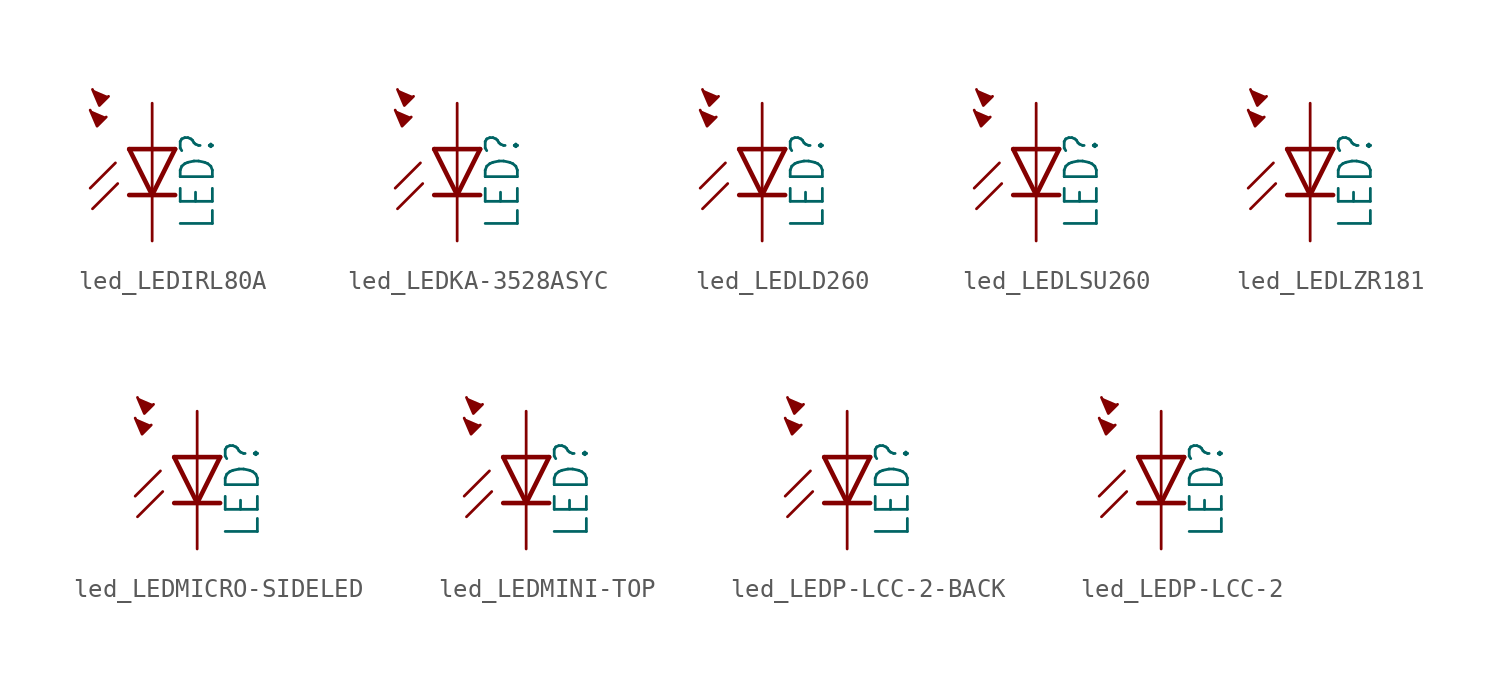
<source format=kicad_sym>
(kicad_symbol_lib
  (version 20241209)
  (generator "kicad_symbol_editor")
  (generator_version "9.0")
  (symbol "led_LEDIRL80A"
    (property "Reference" "LED"
      (at 3.556 -4.572 90)
      (effects (font (size 1.778 1.511)) (justify left bottom)))
    (property "Value" ""
      (at 5.715 -4.572 90)
      (effects (font (size 1.778 1.511)) (justify left bottom)))
    (property "ki_locked" ""
      (at 0 0 0)
      (effects (font (size 1.27 1.27))))
    (symbol "led_LEDIRL80A_1_0"
      (polyline (pts (xy -3.429 2.159) (xy -3.048 1.27) (xy -2.54 1.778)) (stroke (width 0.152) (type solid)) (fill (type outline)))
      (polyline (pts (xy -3.302 3.302) (xy -2.921 2.413) (xy -2.413 2.921)) (stroke (width 0.152) (type solid)) (fill (type outline)))
      (polyline (pts (xy -2.032 -0.762) (xy -3.429 -2.159)) (stroke (width 0.152) (type solid)) (fill (type none)))
      (polyline (pts (xy -1.905 -1.905) (xy -3.302 -3.302)) (stroke (width 0.152) (type solid)) (fill (type none)))
      (polyline (pts (xy 0 0) (xy -1.27 0)) (stroke (width 0.254) (type solid)) (fill (type none)))
      (polyline (pts (xy 0 0) (xy 0 -2.54)) (stroke (width 0.152) (type solid)) (fill (type none)))
      (polyline (pts (xy 0 -2.54) (xy -1.27 0)) (stroke (width 0.254) (type solid)) (fill (type none)))
      (polyline (pts (xy 0 -2.54) (xy -1.27 -2.54)) (stroke (width 0.254) (type solid)) (fill (type none)))
      (polyline (pts (xy 1.27 0) (xy 0 0)) (stroke (width 0.254) (type solid)) (fill (type none)))
      (polyline (pts (xy 1.27 0) (xy 0 -2.54)) (stroke (width 0.254) (type solid)) (fill (type none)))
      (polyline (pts (xy 1.27 -2.54) (xy 0 -2.54)) (stroke (width 0.254) (type solid)) (fill (type none)))
      (pin passive line (at 0 2.54 270) (length 2.54) (name "A" (effects (font (size 0 0)))) (number "A" (effects (font (size 0 0)))))
      (pin passive line (at 0 -5.08 90) (length 2.54) (name "C" (effects (font (size 0 0)))) (number "K" (effects (font (size 0 0)))))))
  (symbol "led_LEDKA-3528ASYC"
    (property "Reference" "LED"
      (at 3.556 -4.572 90)
      (effects (font (size 1.778 1.511)) (justify left bottom)))
    (property "Value" ""
      (at 5.715 -4.572 90)
      (effects (font (size 1.778 1.511)) (justify left bottom)))
    (property "ki_locked" ""
      (at 0 0 0)
      (effects (font (size 1.27 1.27))))
    (symbol "led_LEDKA-3528ASYC_1_0"
      (polyline (pts (xy -3.429 2.159) (xy -3.048 1.27) (xy -2.54 1.778)) (stroke (width 0.152) (type solid)) (fill (type outline)))
      (polyline (pts (xy -3.302 3.302) (xy -2.921 2.413) (xy -2.413 2.921)) (stroke (width 0.152) (type solid)) (fill (type outline)))
      (polyline (pts (xy -2.032 -0.762) (xy -3.429 -2.159)) (stroke (width 0.152) (type solid)) (fill (type none)))
      (polyline (pts (xy -1.905 -1.905) (xy -3.302 -3.302)) (stroke (width 0.152) (type solid)) (fill (type none)))
      (polyline (pts (xy 0 0) (xy -1.27 0)) (stroke (width 0.254) (type solid)) (fill (type none)))
      (polyline (pts (xy 0 0) (xy 0 -2.54)) (stroke (width 0.152) (type solid)) (fill (type none)))
      (polyline (pts (xy 0 -2.54) (xy -1.27 0)) (stroke (width 0.254) (type solid)) (fill (type none)))
      (polyline (pts (xy 0 -2.54) (xy -1.27 -2.54)) (stroke (width 0.254) (type solid)) (fill (type none)))
      (polyline (pts (xy 1.27 0) (xy 0 0)) (stroke (width 0.254) (type solid)) (fill (type none)))
      (polyline (pts (xy 1.27 0) (xy 0 -2.54)) (stroke (width 0.254) (type solid)) (fill (type none)))
      (polyline (pts (xy 1.27 -2.54) (xy 0 -2.54)) (stroke (width 0.254) (type solid)) (fill (type none)))
      (pin passive line (at 0 2.54 270) (length 2.54) (name "A" (effects (font (size 0 0)))) (number "A" (effects (font (size 0 0)))))
      (pin passive line (at 0 -5.08 90) (length 2.54) (name "C" (effects (font (size 0 0)))) (number "C" (effects (font (size 0 0)))))))
  (symbol "led_LEDLD260"
    (property "Reference" "LED"
      (at 3.556 -4.572 90)
      (effects (font (size 1.778 1.511)) (justify left bottom)))
    (property "Value" ""
      (at 5.715 -4.572 90)
      (effects (font (size 1.778 1.511)) (justify left bottom)))
    (property "ki_locked" ""
      (at 0 0 0)
      (effects (font (size 1.27 1.27))))
    (symbol "led_LEDLD260_1_0"
      (polyline (pts (xy -3.429 2.159) (xy -3.048 1.27) (xy -2.54 1.778)) (stroke (width 0.152) (type solid)) (fill (type outline)))
      (polyline (pts (xy -3.302 3.302) (xy -2.921 2.413) (xy -2.413 2.921)) (stroke (width 0.152) (type solid)) (fill (type outline)))
      (polyline (pts (xy -2.032 -0.762) (xy -3.429 -2.159)) (stroke (width 0.152) (type solid)) (fill (type none)))
      (polyline (pts (xy -1.905 -1.905) (xy -3.302 -3.302)) (stroke (width 0.152) (type solid)) (fill (type none)))
      (polyline (pts (xy 0 0) (xy -1.27 0)) (stroke (width 0.254) (type solid)) (fill (type none)))
      (polyline (pts (xy 0 0) (xy 0 -2.54)) (stroke (width 0.152) (type solid)) (fill (type none)))
      (polyline (pts (xy 0 -2.54) (xy -1.27 0)) (stroke (width 0.254) (type solid)) (fill (type none)))
      (polyline (pts (xy 0 -2.54) (xy -1.27 -2.54)) (stroke (width 0.254) (type solid)) (fill (type none)))
      (polyline (pts (xy 1.27 0) (xy 0 0)) (stroke (width 0.254) (type solid)) (fill (type none)))
      (polyline (pts (xy 1.27 0) (xy 0 -2.54)) (stroke (width 0.254) (type solid)) (fill (type none)))
      (polyline (pts (xy 1.27 -2.54) (xy 0 -2.54)) (stroke (width 0.254) (type solid)) (fill (type none)))
      (pin passive line (at 0 2.54 270) (length 2.54) (name "A" (effects (font (size 0 0)))) (number "A" (effects (font (size 0 0)))))
      (pin passive line (at 0 -5.08 90) (length 2.54) (name "C" (effects (font (size 0 0)))) (number "K" (effects (font (size 0 0)))))))
  (symbol "led_LEDLSU260"
    (property "Reference" "LED"
      (at 3.556 -4.572 90)
      (effects (font (size 1.778 1.511)) (justify left bottom)))
    (property "Value" ""
      (at 5.715 -4.572 90)
      (effects (font (size 1.778 1.511)) (justify left bottom)))
    (property "ki_locked" ""
      (at 0 0 0)
      (effects (font (size 1.27 1.27))))
    (symbol "led_LEDLSU260_1_0"
      (polyline (pts (xy -3.429 2.159) (xy -3.048 1.27) (xy -2.54 1.778)) (stroke (width 0.152) (type solid)) (fill (type outline)))
      (polyline (pts (xy -3.302 3.302) (xy -2.921 2.413) (xy -2.413 2.921)) (stroke (width 0.152) (type solid)) (fill (type outline)))
      (polyline (pts (xy -2.032 -0.762) (xy -3.429 -2.159)) (stroke (width 0.152) (type solid)) (fill (type none)))
      (polyline (pts (xy -1.905 -1.905) (xy -3.302 -3.302)) (stroke (width 0.152) (type solid)) (fill (type none)))
      (polyline (pts (xy 0 0) (xy -1.27 0)) (stroke (width 0.254) (type solid)) (fill (type none)))
      (polyline (pts (xy 0 0) (xy 0 -2.54)) (stroke (width 0.152) (type solid)) (fill (type none)))
      (polyline (pts (xy 0 -2.54) (xy -1.27 0)) (stroke (width 0.254) (type solid)) (fill (type none)))
      (polyline (pts (xy 0 -2.54) (xy -1.27 -2.54)) (stroke (width 0.254) (type solid)) (fill (type none)))
      (polyline (pts (xy 1.27 0) (xy 0 0)) (stroke (width 0.254) (type solid)) (fill (type none)))
      (polyline (pts (xy 1.27 0) (xy 0 -2.54)) (stroke (width 0.254) (type solid)) (fill (type none)))
      (polyline (pts (xy 1.27 -2.54) (xy 0 -2.54)) (stroke (width 0.254) (type solid)) (fill (type none)))
      (pin passive line (at 0 2.54 270) (length 2.54) (name "A" (effects (font (size 0 0)))) (number "A" (effects (font (size 0 0)))))
      (pin passive line (at 0 -5.08 90) (length 2.54) (name "C" (effects (font (size 0 0)))) (number "K" (effects (font (size 0 0)))))))
  (symbol "led_LEDLZR181"
    (property "Reference" "LED"
      (at 3.556 -4.572 90)
      (effects (font (size 1.778 1.511)) (justify left bottom)))
    (property "Value" ""
      (at 5.715 -4.572 90)
      (effects (font (size 1.778 1.511)) (justify left bottom)))
    (property "ki_locked" ""
      (at 0 0 0)
      (effects (font (size 1.27 1.27))))
    (symbol "led_LEDLZR181_1_0"
      (polyline (pts (xy -3.429 2.159) (xy -3.048 1.27) (xy -2.54 1.778)) (stroke (width 0.152) (type solid)) (fill (type outline)))
      (polyline (pts (xy -3.302 3.302) (xy -2.921 2.413) (xy -2.413 2.921)) (stroke (width 0.152) (type solid)) (fill (type outline)))
      (polyline (pts (xy -2.032 -0.762) (xy -3.429 -2.159)) (stroke (width 0.152) (type solid)) (fill (type none)))
      (polyline (pts (xy -1.905 -1.905) (xy -3.302 -3.302)) (stroke (width 0.152) (type solid)) (fill (type none)))
      (polyline (pts (xy 0 0) (xy -1.27 0)) (stroke (width 0.254) (type solid)) (fill (type none)))
      (polyline (pts (xy 0 0) (xy 0 -2.54)) (stroke (width 0.152) (type solid)) (fill (type none)))
      (polyline (pts (xy 0 -2.54) (xy -1.27 0)) (stroke (width 0.254) (type solid)) (fill (type none)))
      (polyline (pts (xy 0 -2.54) (xy -1.27 -2.54)) (stroke (width 0.254) (type solid)) (fill (type none)))
      (polyline (pts (xy 1.27 0) (xy 0 0)) (stroke (width 0.254) (type solid)) (fill (type none)))
      (polyline (pts (xy 1.27 0) (xy 0 -2.54)) (stroke (width 0.254) (type solid)) (fill (type none)))
      (polyline (pts (xy 1.27 -2.54) (xy 0 -2.54)) (stroke (width 0.254) (type solid)) (fill (type none)))
      (pin passive line (at 0 2.54 270) (length 2.54) (name "A" (effects (font (size 0 0)))) (number "A" (effects (font (size 0 0)))))
      (pin passive line (at 0 -5.08 90) (length 2.54) (name "C" (effects (font (size 0 0)))) (number "K" (effects (font (size 0 0)))))))
  (symbol "led_LEDMICRO-SIDELED"
    (property "Reference" "LED"
      (at 3.556 -4.572 90)
      (effects (font (size 1.778 1.511)) (justify left bottom)))
    (property "Value" ""
      (at 5.715 -4.572 90)
      (effects (font (size 1.778 1.511)) (justify left bottom)))
    (property "ki_locked" ""
      (at 0 0 0)
      (effects (font (size 1.27 1.27))))
    (symbol "led_LEDMICRO-SIDELED_1_0"
      (polyline (pts (xy -3.429 2.159) (xy -3.048 1.27) (xy -2.54 1.778)) (stroke (width 0.152) (type solid)) (fill (type outline)))
      (polyline (pts (xy -3.302 3.302) (xy -2.921 2.413) (xy -2.413 2.921)) (stroke (width 0.152) (type solid)) (fill (type outline)))
      (polyline (pts (xy -2.032 -0.762) (xy -3.429 -2.159)) (stroke (width 0.152) (type solid)) (fill (type none)))
      (polyline (pts (xy -1.905 -1.905) (xy -3.302 -3.302)) (stroke (width 0.152) (type solid)) (fill (type none)))
      (polyline (pts (xy 0 0) (xy -1.27 0)) (stroke (width 0.254) (type solid)) (fill (type none)))
      (polyline (pts (xy 0 0) (xy 0 -2.54)) (stroke (width 0.152) (type solid)) (fill (type none)))
      (polyline (pts (xy 0 -2.54) (xy -1.27 0)) (stroke (width 0.254) (type solid)) (fill (type none)))
      (polyline (pts (xy 0 -2.54) (xy -1.27 -2.54)) (stroke (width 0.254) (type solid)) (fill (type none)))
      (polyline (pts (xy 1.27 0) (xy 0 0)) (stroke (width 0.254) (type solid)) (fill (type none)))
      (polyline (pts (xy 1.27 0) (xy 0 -2.54)) (stroke (width 0.254) (type solid)) (fill (type none)))
      (polyline (pts (xy 1.27 -2.54) (xy 0 -2.54)) (stroke (width 0.254) (type solid)) (fill (type none)))
      (pin passive line (at 0 2.54 270) (length 2.54) (name "A" (effects (font (size 0 0)))) (number "A" (effects (font (size 0 0)))))
      (pin passive line (at 0 -5.08 90) (length 2.54) (name "C" (effects (font (size 0 0)))) (number "C" (effects (font (size 0 0)))))))
  (symbol "led_LEDMINI-TOP"
    (property "Reference" "LED"
      (at 3.556 -4.572 90)
      (effects (font (size 1.778 1.511)) (justify left bottom)))
    (property "Value" ""
      (at 5.715 -4.572 90)
      (effects (font (size 1.778 1.511)) (justify left bottom)))
    (property "ki_locked" ""
      (at 0 0 0)
      (effects (font (size 1.27 1.27))))
    (symbol "led_LEDMINI-TOP_1_0"
      (polyline (pts (xy -3.429 2.159) (xy -3.048 1.27) (xy -2.54 1.778)) (stroke (width 0.152) (type solid)) (fill (type outline)))
      (polyline (pts (xy -3.302 3.302) (xy -2.921 2.413) (xy -2.413 2.921)) (stroke (width 0.152) (type solid)) (fill (type outline)))
      (polyline (pts (xy -2.032 -0.762) (xy -3.429 -2.159)) (stroke (width 0.152) (type solid)) (fill (type none)))
      (polyline (pts (xy -1.905 -1.905) (xy -3.302 -3.302)) (stroke (width 0.152) (type solid)) (fill (type none)))
      (polyline (pts (xy 0 0) (xy -1.27 0)) (stroke (width 0.254) (type solid)) (fill (type none)))
      (polyline (pts (xy 0 0) (xy 0 -2.54)) (stroke (width 0.152) (type solid)) (fill (type none)))
      (polyline (pts (xy 0 -2.54) (xy -1.27 0)) (stroke (width 0.254) (type solid)) (fill (type none)))
      (polyline (pts (xy 0 -2.54) (xy -1.27 -2.54)) (stroke (width 0.254) (type solid)) (fill (type none)))
      (polyline (pts (xy 1.27 0) (xy 0 0)) (stroke (width 0.254) (type solid)) (fill (type none)))
      (polyline (pts (xy 1.27 0) (xy 0 -2.54)) (stroke (width 0.254) (type solid)) (fill (type none)))
      (polyline (pts (xy 1.27 -2.54) (xy 0 -2.54)) (stroke (width 0.254) (type solid)) (fill (type none)))
      (pin passive line (at 0 2.54 270) (length 2.54) (name "A" (effects (font (size 0 0)))) (number "A" (effects (font (size 0 0)))))
      (pin passive line (at 0 -5.08 90) (length 2.54) (name "C" (effects (font (size 0 0)))) (number "C" (effects (font (size 0 0)))))))
  (symbol "led_LEDP-LCC-2-BACK"
    (property "Reference" "LED"
      (at 3.556 -4.572 90)
      (effects (font (size 1.778 1.511)) (justify left bottom)))
    (property "Value" ""
      (at 5.715 -4.572 90)
      (effects (font (size 1.778 1.511)) (justify left bottom)))
    (property "ki_locked" ""
      (at 0 0 0)
      (effects (font (size 1.27 1.27))))
    (symbol "led_LEDP-LCC-2-BACK_1_0"
      (polyline (pts (xy -3.429 2.159) (xy -3.048 1.27) (xy -2.54 1.778)) (stroke (width 0.152) (type solid)) (fill (type outline)))
      (polyline (pts (xy -3.302 3.302) (xy -2.921 2.413) (xy -2.413 2.921)) (stroke (width 0.152) (type solid)) (fill (type outline)))
      (polyline (pts (xy -2.032 -0.762) (xy -3.429 -2.159)) (stroke (width 0.152) (type solid)) (fill (type none)))
      (polyline (pts (xy -1.905 -1.905) (xy -3.302 -3.302)) (stroke (width 0.152) (type solid)) (fill (type none)))
      (polyline (pts (xy 0 0) (xy -1.27 0)) (stroke (width 0.254) (type solid)) (fill (type none)))
      (polyline (pts (xy 0 0) (xy 0 -2.54)) (stroke (width 0.152) (type solid)) (fill (type none)))
      (polyline (pts (xy 0 -2.54) (xy -1.27 0)) (stroke (width 0.254) (type solid)) (fill (type none)))
      (polyline (pts (xy 0 -2.54) (xy -1.27 -2.54)) (stroke (width 0.254) (type solid)) (fill (type none)))
      (polyline (pts (xy 1.27 0) (xy 0 0)) (stroke (width 0.254) (type solid)) (fill (type none)))
      (polyline (pts (xy 1.27 0) (xy 0 -2.54)) (stroke (width 0.254) (type solid)) (fill (type none)))
      (polyline (pts (xy 1.27 -2.54) (xy 0 -2.54)) (stroke (width 0.254) (type solid)) (fill (type none)))
      (pin passive line (at 0 2.54 270) (length 2.54) (name "A" (effects (font (size 0 0)))) (number "A" (effects (font (size 0 0)))))
      (pin passive line (at 0 -5.08 90) (length 2.54) (name "C" (effects (font (size 0 0)))) (number "C" (effects (font (size 0 0)))))))
  (symbol "led_LEDP-LCC-2"
    (property "Reference" "LED"
      (at 3.556 -4.572 90)
      (effects (font (size 1.778 1.511)) (justify left bottom)))
    (property "Value" ""
      (at 5.715 -4.572 90)
      (effects (font (size 1.778 1.511)) (justify left bottom)))
    (property "ki_locked" ""
      (at 0 0 0)
      (effects (font (size 1.27 1.27))))
    (symbol "led_LEDP-LCC-2_1_0"
      (polyline (pts (xy -3.429 2.159) (xy -3.048 1.27) (xy -2.54 1.778)) (stroke (width 0.152) (type solid)) (fill (type outline)))
      (polyline (pts (xy -3.302 3.302) (xy -2.921 2.413) (xy -2.413 2.921)) (stroke (width 0.152) (type solid)) (fill (type outline)))
      (polyline (pts (xy -2.032 -0.762) (xy -3.429 -2.159)) (stroke (width 0.152) (type solid)) (fill (type none)))
      (polyline (pts (xy -1.905 -1.905) (xy -3.302 -3.302)) (stroke (width 0.152) (type solid)) (fill (type none)))
      (polyline (pts (xy 0 0) (xy -1.27 0)) (stroke (width 0.254) (type solid)) (fill (type none)))
      (polyline (pts (xy 0 0) (xy 0 -2.54)) (stroke (width 0.152) (type solid)) (fill (type none)))
      (polyline (pts (xy 0 -2.54) (xy -1.27 0)) (stroke (width 0.254) (type solid)) (fill (type none)))
      (polyline (pts (xy 0 -2.54) (xy -1.27 -2.54)) (stroke (width 0.254) (type solid)) (fill (type none)))
      (polyline (pts (xy 1.27 0) (xy 0 0)) (stroke (width 0.254) (type solid)) (fill (type none)))
      (polyline (pts (xy 1.27 0) (xy 0 -2.54)) (stroke (width 0.254) (type solid)) (fill (type none)))
      (polyline (pts (xy 1.27 -2.54) (xy 0 -2.54)) (stroke (width 0.254) (type solid)) (fill (type none)))
      (pin passive line (at 0 2.54 270) (length 2.54) (name "A" (effects (font (size 0 0)))) (number "A" (effects (font (size 0 0)))))
      (pin passive line (at 0 -5.08 90) (length 2.54) (name "C" (effects (font (size 0 0)))) (number "C" (effects (font (size 0 0))))))))
</source>
